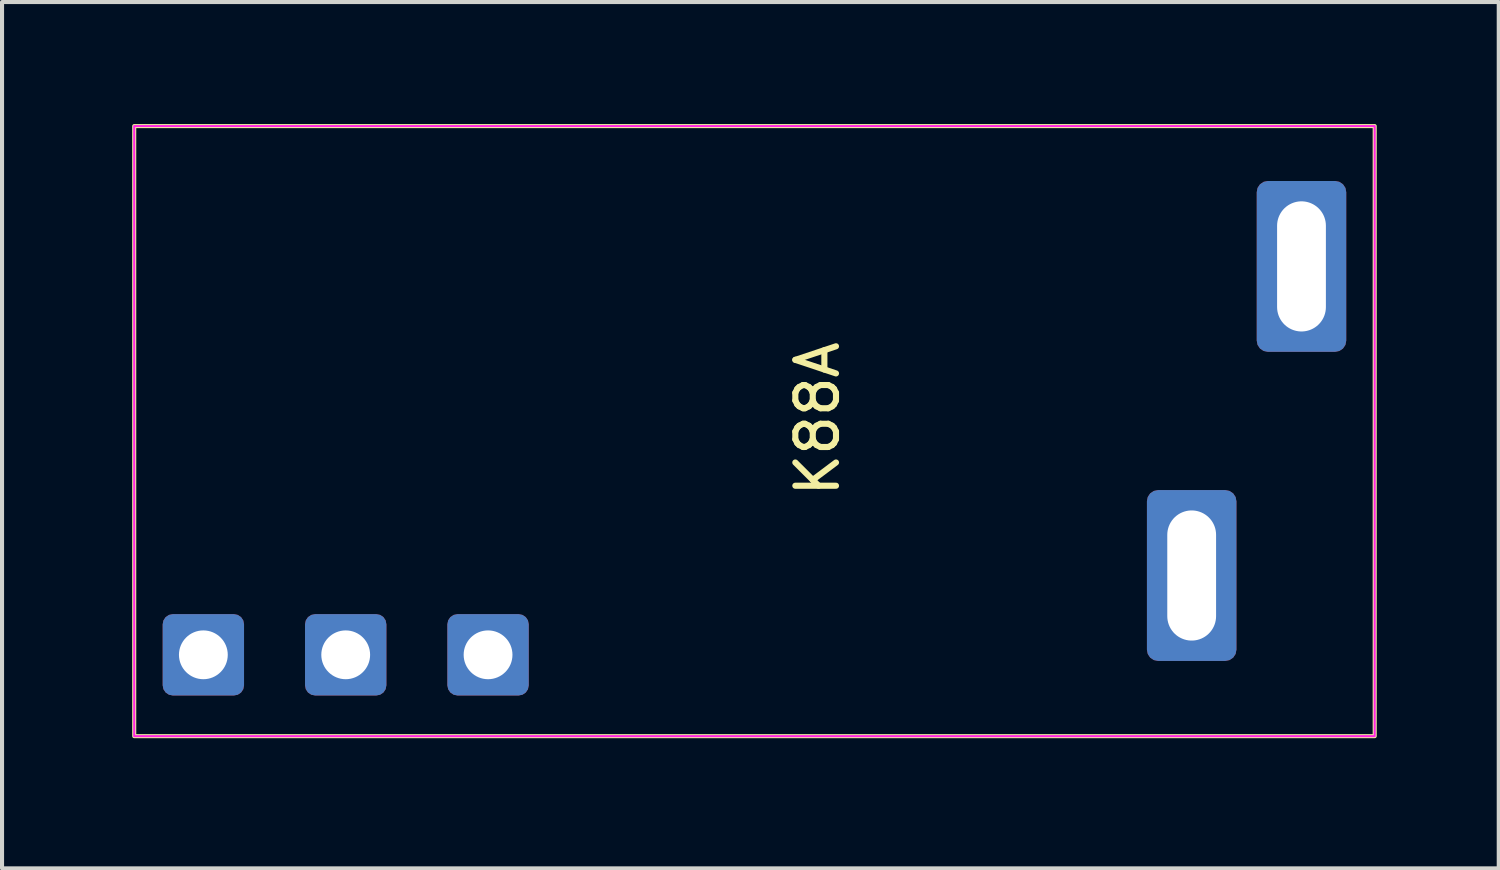
<source format=kicad_pcb>
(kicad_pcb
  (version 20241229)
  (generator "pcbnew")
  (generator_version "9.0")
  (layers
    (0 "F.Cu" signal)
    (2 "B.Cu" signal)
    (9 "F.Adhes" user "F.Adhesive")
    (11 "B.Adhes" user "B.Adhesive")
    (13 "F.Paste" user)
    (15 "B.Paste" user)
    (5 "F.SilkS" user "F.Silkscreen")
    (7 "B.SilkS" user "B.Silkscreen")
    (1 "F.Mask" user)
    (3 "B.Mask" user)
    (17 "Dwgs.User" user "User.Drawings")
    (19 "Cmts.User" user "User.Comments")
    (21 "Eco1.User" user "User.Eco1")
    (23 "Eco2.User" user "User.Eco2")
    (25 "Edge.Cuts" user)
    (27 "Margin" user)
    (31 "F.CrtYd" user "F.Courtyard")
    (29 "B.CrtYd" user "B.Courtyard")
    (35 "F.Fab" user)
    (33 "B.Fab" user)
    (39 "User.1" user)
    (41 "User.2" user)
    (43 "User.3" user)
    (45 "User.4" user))
  (footprint "K88A"
    (layer "F.Cu")
    (at 0.25 15.05)
    (property "Reference" "K88A" (at 16.8 -7.8 90) (layer "F.SilkS") (effects (font (size 1 1) (thickness 0.15))))
    (attr through_hole)
    (fp_rect (start 0 -15) (end 30.5 0) (stroke (width 0.1) (type default)) (fill no) (layer "F.SilkS"))
    (fp_rect (start 0 -15) (end 30.5 0) (stroke (width 0.05) (type default)) (fill no) (layer "F.CrtYd"))
    (pad "13" thru_hole roundrect (at 28.7 -11.55 90) (size 4.2 2.2) (drill oval 3.2 1.2) (layers "*.Cu" "*.Mask") (roundrect_rratio 0.125))
    (pad "14" thru_hole roundrect (at 26 -3.95 90) (size 4.2 2.2) (drill oval 3.2 1.2) (layers "*.Cu" "*.Mask") (roundrect_rratio 0.125))
    (pad "A1" thru_hole roundrect (at 1.7 -2) (size 2 2) (drill 1.2) (layers "*.Cu" "*.Mask") (roundrect_rratio 0.125))
    (pad "A2" thru_hole roundrect (at 8.7 -2) (size 2 2) (drill 1.2) (layers "*.Cu" "*.Mask") (roundrect_rratio 0.125))
    (pad "A3" thru_hole roundrect (at 5.2 -2) (size 2 2) (drill 1.2) (layers "*.Cu" "*.Mask") (roundrect_rratio 0.125)))
  (gr_rect
    (start -3 -3)
    (end 33.8 18.3)
    (stroke (width 0.1) (type default))
    (fill no)
    (layer "Edge.Cuts")))
</source>
